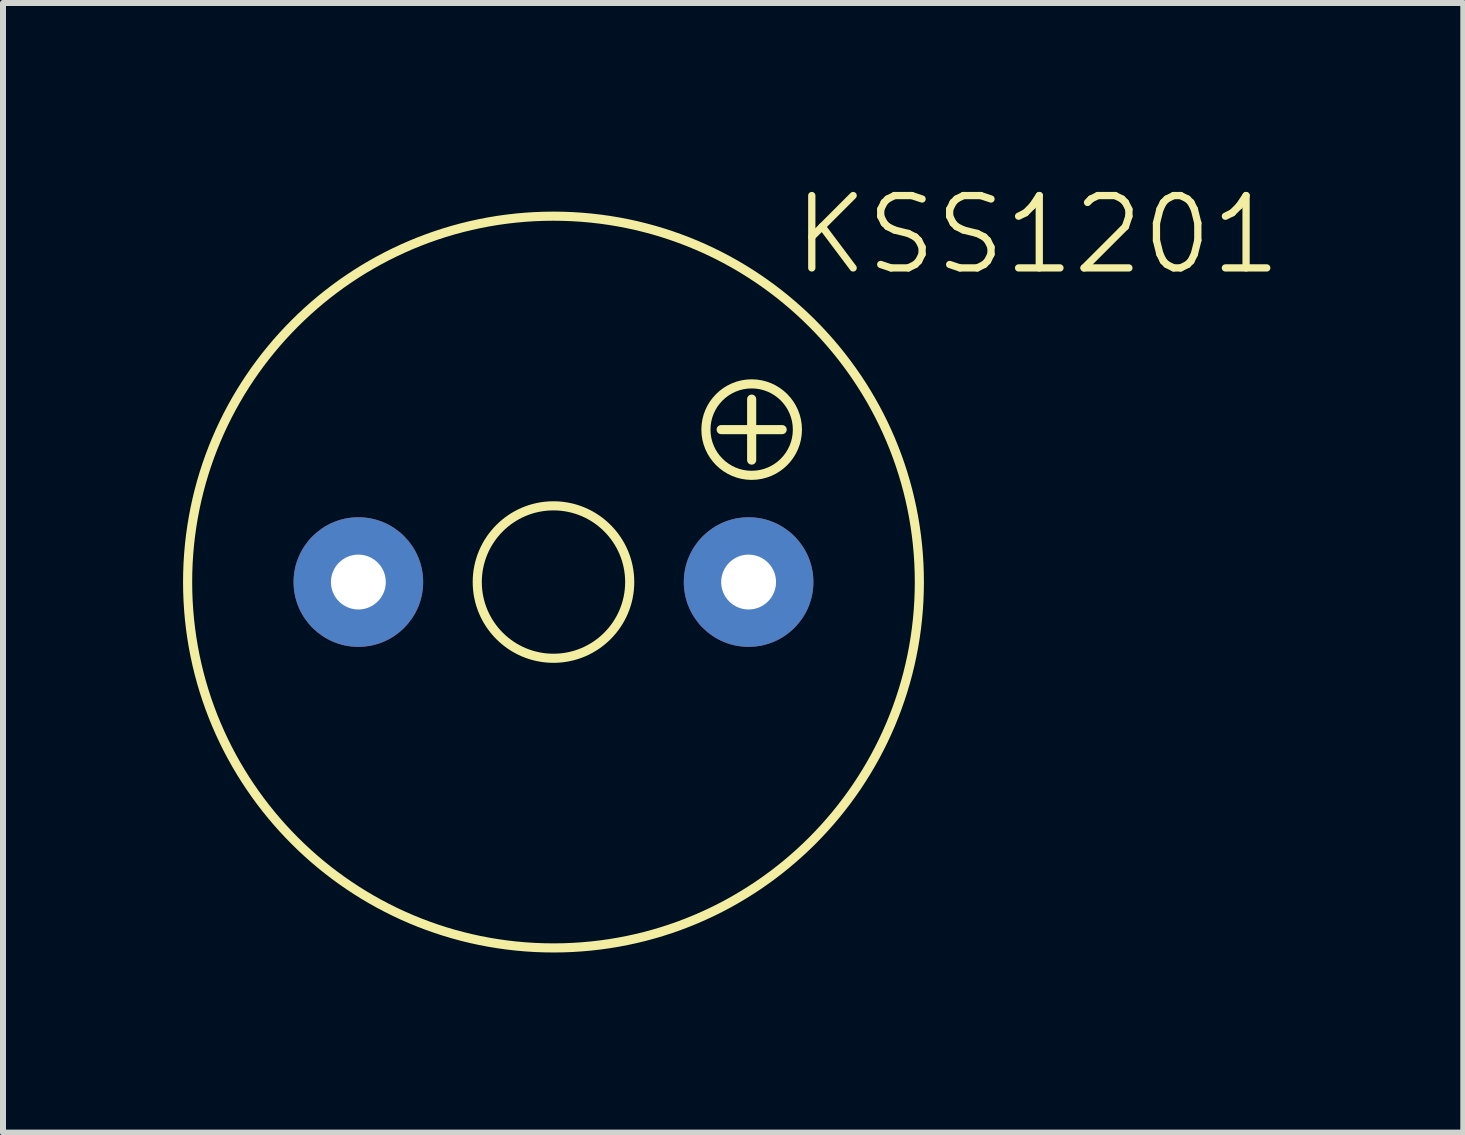
<source format=kicad_pcb>
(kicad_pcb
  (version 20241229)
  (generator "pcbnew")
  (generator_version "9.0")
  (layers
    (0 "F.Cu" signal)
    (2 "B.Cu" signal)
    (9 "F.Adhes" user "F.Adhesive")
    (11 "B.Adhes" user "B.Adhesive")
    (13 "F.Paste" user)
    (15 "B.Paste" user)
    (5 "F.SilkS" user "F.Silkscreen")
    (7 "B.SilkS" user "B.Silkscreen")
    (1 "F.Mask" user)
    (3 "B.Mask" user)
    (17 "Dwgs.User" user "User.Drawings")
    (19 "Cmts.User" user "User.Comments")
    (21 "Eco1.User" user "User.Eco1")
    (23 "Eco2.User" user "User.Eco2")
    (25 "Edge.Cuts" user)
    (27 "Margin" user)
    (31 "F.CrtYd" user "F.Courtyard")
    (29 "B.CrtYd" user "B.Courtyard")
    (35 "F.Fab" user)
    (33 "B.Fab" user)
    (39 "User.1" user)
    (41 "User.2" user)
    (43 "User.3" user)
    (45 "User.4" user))
  (footprint "KSS1201"
    (layer "F.Cu")
    (at 6.172 6.648)
    (property "Reference" "KSS1201" (at 3.937 -5.08 0) (layer "F.SilkS") (effects (font (size 1.206 1.206) (thickness 0.121)) (justify left bottom)))
    (attr through_hole)
    (fp_line (start 2.794 -2.54) (end 3.81 -2.54) (stroke (width 0.152) (type solid)) (layer "F.SilkS"))
    (fp_line (start 3.302 -3.048) (end 3.302 -2.032) (stroke (width 0.152) (type solid)) (layer "F.SilkS"))
    (fp_circle (center 0 0) (end 1.27 0) (stroke (width 0.152) (type solid)) (fill no) (layer "F.SilkS"))
    (fp_circle (center 0 0) (end 6.096 0) (stroke (width 0.152) (type solid)) (fill no) (layer "F.SilkS"))
    (fp_circle (center 3.302 -2.54) (end 4.064 -2.54) (stroke (width 0.152) (type solid)) (fill no) (layer "F.SilkS"))
    (pad "+" thru_hole circle (at 3.251 0) (size 2.159 2.159) (drill 0.914) (layers "*.Cu" "*.Mask"))
    (pad "-" thru_hole circle (at -3.251 0) (size 2.159 2.159) (drill 0.914) (layers "*.Cu" "*.Mask")))
  (gr_rect
    (start -3 -3)
    (end 21.331 15.821)
    (stroke (width 0.1) (type default))
    (fill no)
    (layer "Edge.Cuts")))
</source>
